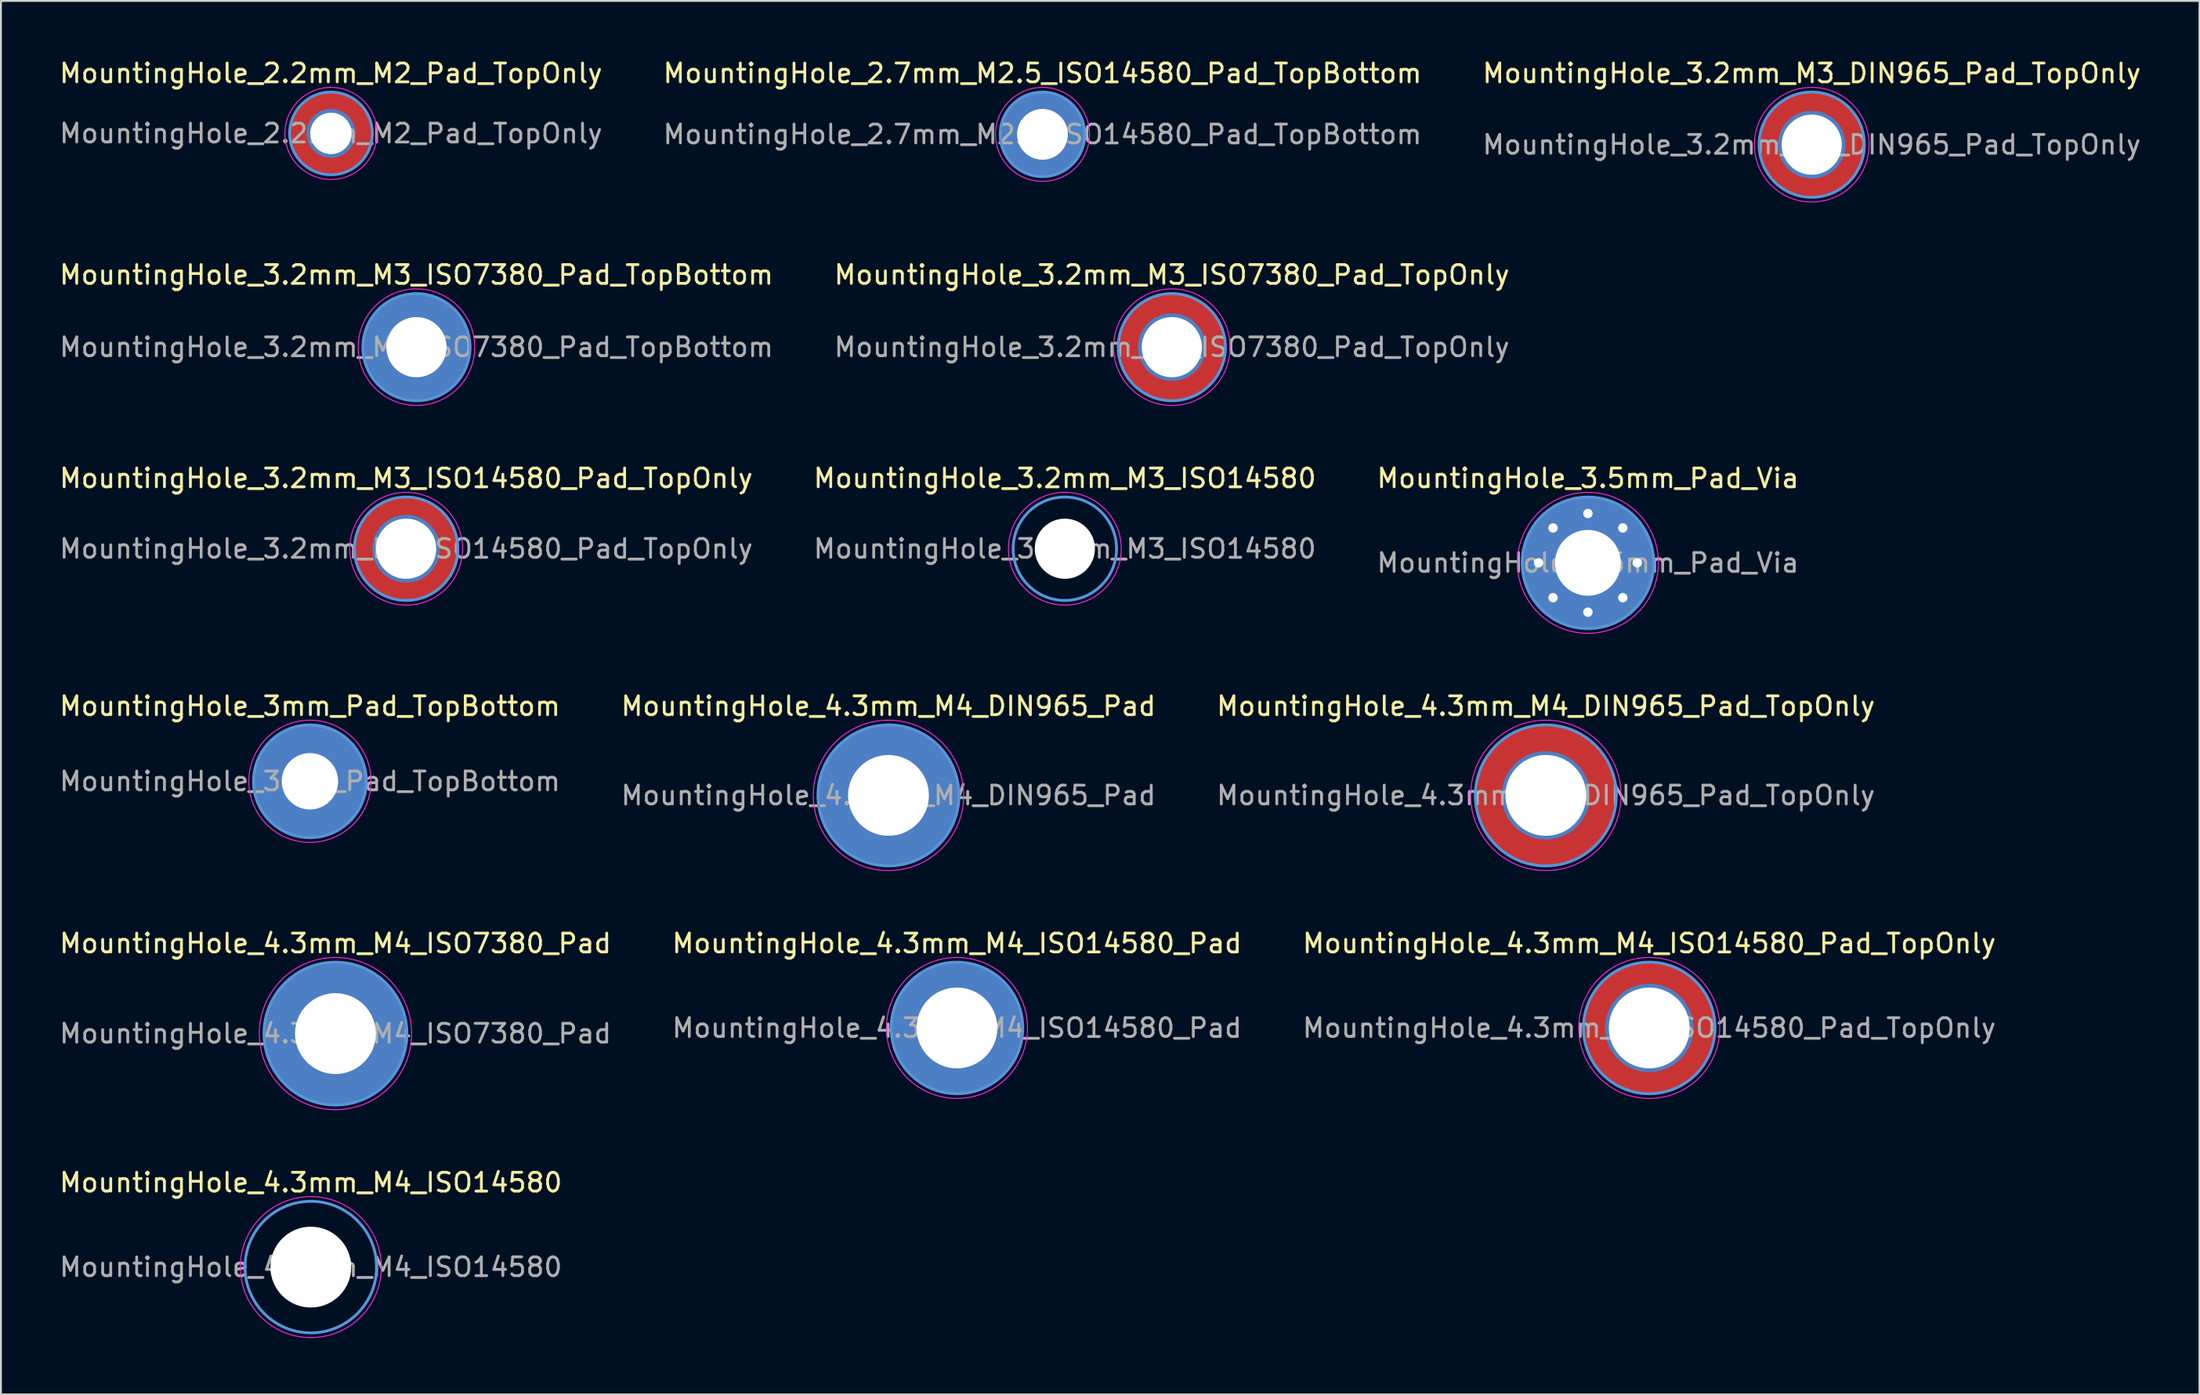
<source format=kicad_pcb>
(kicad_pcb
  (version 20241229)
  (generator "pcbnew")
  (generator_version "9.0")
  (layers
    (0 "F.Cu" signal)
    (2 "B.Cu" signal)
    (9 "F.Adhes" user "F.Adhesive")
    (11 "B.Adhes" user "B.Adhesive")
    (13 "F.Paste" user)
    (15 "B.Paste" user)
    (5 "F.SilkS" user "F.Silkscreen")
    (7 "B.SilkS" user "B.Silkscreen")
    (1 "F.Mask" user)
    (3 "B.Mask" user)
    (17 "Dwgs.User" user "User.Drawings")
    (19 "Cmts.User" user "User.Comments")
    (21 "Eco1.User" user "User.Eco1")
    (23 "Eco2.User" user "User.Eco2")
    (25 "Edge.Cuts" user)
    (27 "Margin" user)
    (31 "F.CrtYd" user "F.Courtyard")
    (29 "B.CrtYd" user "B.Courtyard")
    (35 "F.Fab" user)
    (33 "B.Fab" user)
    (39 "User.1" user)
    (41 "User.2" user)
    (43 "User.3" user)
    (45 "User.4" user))
  (footprint "MountingHole_4.3mm_M4_ISO14580"
    (layer "F.Cu")
    (at 13.482 64.365)
    (property "Reference" "MountingHole_4.3mm_M4_ISO14580" (at 0 -4.5 0) (layer "F.SilkS") (effects (font (size 1 1) (thickness 0.15))))
    (attr exclude_from_pos_files exclude_from_bom)
    (fp_circle (center 0 0) (end 3.5 0) (stroke (width 0.15) (type solid)) (fill no) (layer "Cmts.User"))
    (fp_circle (center 0 0) (end 3.75 0) (stroke (width 0.05) (type solid)) (fill no) (layer "F.CrtYd"))
    (fp_text user "${REFERENCE}" (at 0 0 0) (layer "F.Fab") (effects (font (size 1 1) (thickness 0.15))))
    (pad "" np_thru_hole circle (at 0 0) (size 4.3 4.3) (drill 4.3) (layers "*.Cu" "*.Mask")))
  (footprint "MountingHole_3.2mm_M3_ISO7380_Pad_TopBottom"
    (layer "F.Cu")
    (at 19.101 15.421)
    (property "Reference" "MountingHole_3.2mm_M3_ISO7380_Pad_TopBottom" (at 0 -3.85 0) (layer "F.SilkS") (effects (font (size 1 1) (thickness 0.15))))
    (attr exclude_from_pos_files exclude_from_bom)
    (fp_circle (center 0 0) (end 2.85 0) (stroke (width 0.15) (type solid)) (fill no) (layer "Cmts.User"))
    (fp_circle (center 0 0) (end 3.1 0) (stroke (width 0.05) (type solid)) (fill no) (layer "F.CrtYd"))
    (fp_text user "${REFERENCE}" (at 0 0 0) (layer "F.Fab") (effects (font (size 1 1) (thickness 0.15))))
    (pad "1" thru_hole circle (at 0 0) (size 3.6 3.6) (drill 3.2) (layers "*.Cu" "*.Mask"))
    (pad "1" connect circle (at 0 0) (size 5.7 5.7) (layers "F.Cu" "F.Mask"))
    (pad "1" connect circle (at 0 0) (size 5.7 5.7) (layers "B.Cu" "B.Mask")))
  (footprint "MountingHole_2.7mm_M2.5_ISO14580_Pad_TopBottom"
    (layer "F.Cu")
    (at 52.399 4.098)
    (property "Reference" "MountingHole_2.7mm_M2.5_ISO14580_Pad_TopBottom" (at 0 -3.25 0) (layer "F.SilkS") (effects (font (size 1 1) (thickness 0.15))))
    (attr exclude_from_pos_files exclude_from_bom)
    (fp_circle (center 0 0) (end 2.25 0) (stroke (width 0.15) (type solid)) (fill no) (layer "Cmts.User"))
    (fp_circle (center 0 0) (end 2.5 0) (stroke (width 0.05) (type solid)) (fill no) (layer "F.CrtYd"))
    (fp_text user "${REFERENCE}" (at 0 0 0) (layer "F.Fab") (effects (font (size 1 1) (thickness 0.15))))
    (pad "1" thru_hole circle (at 0 0) (size 3.1 3.1) (drill 2.7) (layers "*.Cu" "*.Mask"))
    (pad "1" connect circle (at 0 0) (size 4.5 4.5) (layers "F.Cu" "F.Mask"))
    (pad "1" connect circle (at 0 0) (size 4.5 4.5) (layers "B.Cu" "B.Mask")))
  (footprint "MountingHole_4.3mm_M4_DIN965_Pad"
    (layer "F.Cu")
    (at 44.208 39.268)
    (property "Reference" "MountingHole_4.3mm_M4_DIN965_Pad" (at 0 -4.75 0) (layer "F.SilkS") (effects (font (size 1 1) (thickness 0.15))))
    (attr exclude_from_pos_files exclude_from_bom)
    (fp_circle (center 0 0) (end 3.75 0) (stroke (width 0.15) (type solid)) (fill no) (layer "Cmts.User"))
    (fp_circle (center 0 0) (end 4 0) (stroke (width 0.05) (type solid)) (fill no) (layer "F.CrtYd"))
    (fp_text user "${REFERENCE}" (at 0 0 0) (layer "F.Fab") (effects (font (size 1 1) (thickness 0.15))))
    (pad "1" thru_hole circle (at 0 0) (size 7.5 7.5) (drill 4.3) (layers "*.Cu" "*.Mask")))
  (footprint "MountingHole_3.2mm_M3_ISO7380_Pad_TopOnly"
    (layer "F.Cu")
    (at 59.28 15.421)
    (property "Reference" "MountingHole_3.2mm_M3_ISO7380_Pad_TopOnly" (at 0 -3.85 0) (layer "F.SilkS") (effects (font (size 1 1) (thickness 0.15))))
    (attr exclude_from_pos_files exclude_from_bom)
    (fp_circle (center 0 0) (end 2.85 0) (stroke (width 0.15) (type solid)) (fill no) (layer "Cmts.User"))
    (fp_circle (center 0 0) (end 3.1 0) (stroke (width 0.05) (type solid)) (fill no) (layer "F.CrtYd"))
    (fp_text user "${REFERENCE}" (at 0 0 0) (layer "F.Fab") (effects (font (size 1 1) (thickness 0.15))))
    (pad "1" thru_hole circle (at 0 0) (size 3.6 3.6) (drill 3.2) (layers "*.Cu" "*.Mask"))
    (pad "1" connect circle (at 0 0) (size 5.7 5.7) (layers "F.Cu" "F.Mask")))
  (footprint "MountingHole_3mm_Pad_TopBottom"
    (layer "F.Cu")
    (at 13.435 38.518)
    (property "Reference" "MountingHole_3mm_Pad_TopBottom" (at 0 -4 0) (layer "F.SilkS") (effects (font (size 1 1) (thickness 0.15))))
    (attr exclude_from_pos_files exclude_from_bom)
    (fp_circle (center 0 0) (end 3 0) (stroke (width 0.15) (type solid)) (fill no) (layer "Cmts.User"))
    (fp_circle (center 0 0) (end 3.25 0) (stroke (width 0.05) (type solid)) (fill no) (layer "F.CrtYd"))
    (fp_text user "${REFERENCE}" (at 0 0 0) (layer "F.Fab") (effects (font (size 1 1) (thickness 0.15))))
    (pad "1" thru_hole circle (at 0 0) (size 3.4 3.4) (drill 3) (layers "*.Cu" "*.Mask"))
    (pad "1" connect circle (at 0 0) (size 6 6) (layers "F.Cu" "F.Mask"))
    (pad "1" connect circle (at 0 0) (size 6 6) (layers "B.Cu" "B.Mask")))
  (footprint "MountingHole_4.3mm_M4_ISO14580_Pad_TopOnly"
    (layer "F.Cu")
    (at 84.673 51.641)
    (property "Reference" "MountingHole_4.3mm_M4_ISO14580_Pad_TopOnly" (at 0 -4.5 0) (layer "F.SilkS") (effects (font (size 1 1) (thickness 0.15))))
    (attr exclude_from_pos_files exclude_from_bom)
    (fp_circle (center 0 0) (end 3.5 0) (stroke (width 0.15) (type solid)) (fill no) (layer "Cmts.User"))
    (fp_circle (center 0 0) (end 3.75 0) (stroke (width 0.05) (type solid)) (fill no) (layer "F.CrtYd"))
    (fp_text user "${REFERENCE}" (at 0 0 0) (layer "F.Fab") (effects (font (size 1 1) (thickness 0.15))))
    (pad "1" thru_hole circle (at 0 0) (size 4.7 4.7) (drill 4.3) (layers "*.Cu" "*.Mask"))
    (pad "1" connect circle (at 0 0) (size 7 7) (layers "F.Cu" "F.Mask")))
  (footprint "MountingHole_2.2mm_M2_Pad_TopOnly"
    (layer "F.Cu")
    (at 14.554 4.048)
    (property "Reference" "MountingHole_2.2mm_M2_Pad_TopOnly" (at 0 -3.2 0) (layer "F.SilkS") (effects (font (size 1 1) (thickness 0.15))))
    (attr exclude_from_pos_files exclude_from_bom)
    (fp_circle (center 0 0) (end 2.2 0) (stroke (width 0.15) (type solid)) (fill no) (layer "Cmts.User"))
    (fp_circle (center 0 0) (end 2.45 0) (stroke (width 0.05) (type solid)) (fill no) (layer "F.CrtYd"))
    (fp_text user "${REFERENCE}" (at 0 0 0) (layer "F.Fab") (effects (font (size 1 1) (thickness 0.15))))
    (pad "1" thru_hole circle (at 0 0) (size 2.6 2.6) (drill 2.2) (layers "*.Cu" "*.Mask"))
    (pad "1" connect circle (at 0 0) (size 4.4 4.4) (layers "F.Cu" "F.Mask")))
  (footprint "MountingHole_3.2mm_M3_ISO14580"
    (layer "F.Cu")
    (at 53.589 26.145)
    (property "Reference" "MountingHole_3.2mm_M3_ISO14580" (at 0 -3.75 0) (layer "F.SilkS") (effects (font (size 1 1) (thickness 0.15))))
    (attr exclude_from_pos_files exclude_from_bom)
    (fp_circle (center 0 0) (end 2.75 0) (stroke (width 0.15) (type solid)) (fill no) (layer "Cmts.User"))
    (fp_circle (center 0 0) (end 3 0) (stroke (width 0.05) (type solid)) (fill no) (layer "F.CrtYd"))
    (fp_text user "${REFERENCE}" (at 0 0 0) (layer "F.Fab") (effects (font (size 1 1) (thickness 0.15))))
    (pad "" np_thru_hole circle (at 0 0) (size 3.2 3.2) (drill 3.2) (layers "*.Cu" "*.Mask")))
  (footprint "MountingHole_3.2mm_M3_DIN965_Pad_TopOnly"
    (layer "F.Cu")
    (at 93.315 4.648)
    (property "Reference" "MountingHole_3.2mm_M3_DIN965_Pad_TopOnly" (at 0 -3.8 0) (layer "F.SilkS") (effects (font (size 1 1) (thickness 0.15))))
    (attr exclude_from_pos_files exclude_from_bom)
    (fp_circle (center 0 0) (end 2.8 0) (stroke (width 0.15) (type solid)) (fill no) (layer "Cmts.User"))
    (fp_circle (center 0 0) (end 3.05 0) (stroke (width 0.05) (type solid)) (fill no) (layer "F.CrtYd"))
    (fp_text user "${REFERENCE}" (at 0 0 0) (layer "F.Fab") (effects (font (size 1 1) (thickness 0.15))))
    (pad "1" thru_hole circle (at 0 0) (size 3.6 3.6) (drill 3.2) (layers "*.Cu" "*.Mask"))
    (pad "1" connect circle (at 0 0) (size 5.6 5.6) (layers "F.Cu" "F.Mask")))
  (footprint "MountingHole_4.3mm_M4_ISO7380_Pad"
    (layer "F.Cu")
    (at 14.792 51.941)
    (property "Reference" "MountingHole_4.3mm_M4_ISO7380_Pad" (at 0 -4.8 0) (layer "F.SilkS") (effects (font (size 1 1) (thickness 0.15))))
    (attr exclude_from_pos_files exclude_from_bom)
    (fp_circle (center 0 0) (end 3.8 0) (stroke (width 0.15) (type solid)) (fill no) (layer "Cmts.User"))
    (fp_circle (center 0 0) (end 4.05 0) (stroke (width 0.05) (type solid)) (fill no) (layer "F.CrtYd"))
    (fp_text user "${REFERENCE}" (at 0 0 0) (layer "F.Fab") (effects (font (size 1 1) (thickness 0.15))))
    (pad "1" thru_hole circle (at 0 0) (size 7.6 7.6) (drill 4.3) (layers "*.Cu" "*.Mask")))
  (footprint "MountingHole_4.3mm_M4_DIN965_Pad_TopOnly"
    (layer "F.Cu")
    (at 79.173 39.268)
    (property "Reference" "MountingHole_4.3mm_M4_DIN965_Pad_TopOnly" (at 0 -4.75 0) (layer "F.SilkS") (effects (font (size 1 1) (thickness 0.15))))
    (attr exclude_from_pos_files exclude_from_bom)
    (fp_circle (center 0 0) (end 3.75 0) (stroke (width 0.15) (type solid)) (fill no) (layer "Cmts.User"))
    (fp_circle (center 0 0) (end 4 0) (stroke (width 0.05) (type solid)) (fill no) (layer "F.CrtYd"))
    (fp_text user "${REFERENCE}" (at 0 0 0) (layer "F.Fab") (effects (font (size 1 1) (thickness 0.15))))
    (pad "1" thru_hole circle (at 0 0) (size 4.7 4.7) (drill 4.3) (layers "*.Cu" "*.Mask"))
    (pad "1" connect circle (at 0 0) (size 7.5 7.5) (layers "F.Cu" "F.Mask")))
  (footprint "MountingHole_3.2mm_M3_ISO14580_Pad_TopOnly"
    (layer "F.Cu")
    (at 18.554 26.145)
    (property "Reference" "MountingHole_3.2mm_M3_ISO14580_Pad_TopOnly" (at 0 -3.75 0) (layer "F.SilkS") (effects (font (size 1 1) (thickness 0.15))))
    (attr exclude_from_pos_files exclude_from_bom)
    (fp_circle (center 0 0) (end 2.75 0) (stroke (width 0.15) (type solid)) (fill no) (layer "Cmts.User"))
    (fp_circle (center 0 0) (end 3 0) (stroke (width 0.05) (type solid)) (fill no) (layer "F.CrtYd"))
    (fp_text user "${REFERENCE}" (at 0 0 0) (layer "F.Fab") (effects (font (size 1 1) (thickness 0.15))))
    (pad "1" thru_hole circle (at 0 0) (size 3.6 3.6) (drill 3.2) (layers "*.Cu" "*.Mask"))
    (pad "1" connect circle (at 0 0) (size 5.5 5.5) (layers "F.Cu" "F.Mask")))
  (footprint "MountingHole_3.5mm_Pad_Via"
    (layer "F.Cu")
    (at 81.411 26.895)
    (property "Reference" "MountingHole_3.5mm_Pad_Via" (at 0 -4.5 0) (layer "F.SilkS") (effects (font (size 1 1) (thickness 0.15))))
    (attr exclude_from_pos_files exclude_from_bom)
    (fp_circle (center 0 0) (end 3.5 0) (stroke (width 0.15) (type solid)) (fill no) (layer "Cmts.User"))
    (fp_circle (center 0 0) (end 3.75 0) (stroke (width 0.05) (type solid)) (fill no) (layer "F.CrtYd"))
    (fp_text user "${REFERENCE}" (at 0 0 0) (layer "F.Fab") (effects (font (size 1 1) (thickness 0.15))))
    (pad "1" thru_hole circle (at -2.625 0) (size 0.8 0.8) (drill 0.5) (layers "*.Cu" "*.Mask"))
    (pad "1" thru_hole circle (at -1.856 -1.856) (size 0.8 0.8) (drill 0.5) (layers "*.Cu" "*.Mask"))
    (pad "1" thru_hole circle (at -1.856 1.856) (size 0.8 0.8) (drill 0.5) (layers "*.Cu" "*.Mask"))
    (pad "1" thru_hole circle (at 0 -2.625) (size 0.8 0.8) (drill 0.5) (layers "*.Cu" "*.Mask"))
    (pad "1" thru_hole circle (at 0 0) (size 7 7) (drill 3.5) (layers "*.Cu" "*.Mask"))
    (pad "1" thru_hole circle (at 0 2.625) (size 0.8 0.8) (drill 0.5) (layers "*.Cu" "*.Mask"))
    (pad "1" thru_hole circle (at 1.856 -1.856) (size 0.8 0.8) (drill 0.5) (layers "*.Cu" "*.Mask"))
    (pad "1" thru_hole circle (at 1.856 1.856) (size 0.8 0.8) (drill 0.5) (layers "*.Cu" "*.Mask"))
    (pad "1" thru_hole circle (at 2.625 0) (size 0.8 0.8) (drill 0.5) (layers "*.Cu" "*.Mask")))
  (footprint "MountingHole_4.3mm_M4_ISO14580_Pad"
    (layer "F.Cu")
    (at 47.851 51.641)
    (property "Reference" "MountingHole_4.3mm_M4_ISO14580_Pad" (at 0 -4.5 0) (layer "F.SilkS") (effects (font (size 1 1) (thickness 0.15))))
    (attr exclude_from_pos_files exclude_from_bom)
    (fp_circle (center 0 0) (end 3.5 0) (stroke (width 0.15) (type solid)) (fill no) (layer "Cmts.User"))
    (fp_circle (center 0 0) (end 3.75 0) (stroke (width 0.05) (type solid)) (fill no) (layer "F.CrtYd"))
    (fp_text user "${REFERENCE}" (at 0 0 0) (layer "F.Fab") (effects (font (size 1 1) (thickness 0.15))))
    (pad "1" thru_hole circle (at 0 0) (size 7 7) (drill 4.3) (layers "*.Cu" "*.Mask")))
  (gr_rect
    (start -3 -3)
    (end 113.94 71.139)
    (stroke (width 0.1) (type default))
    (fill no)
    (layer "Edge.Cuts")))
</source>
